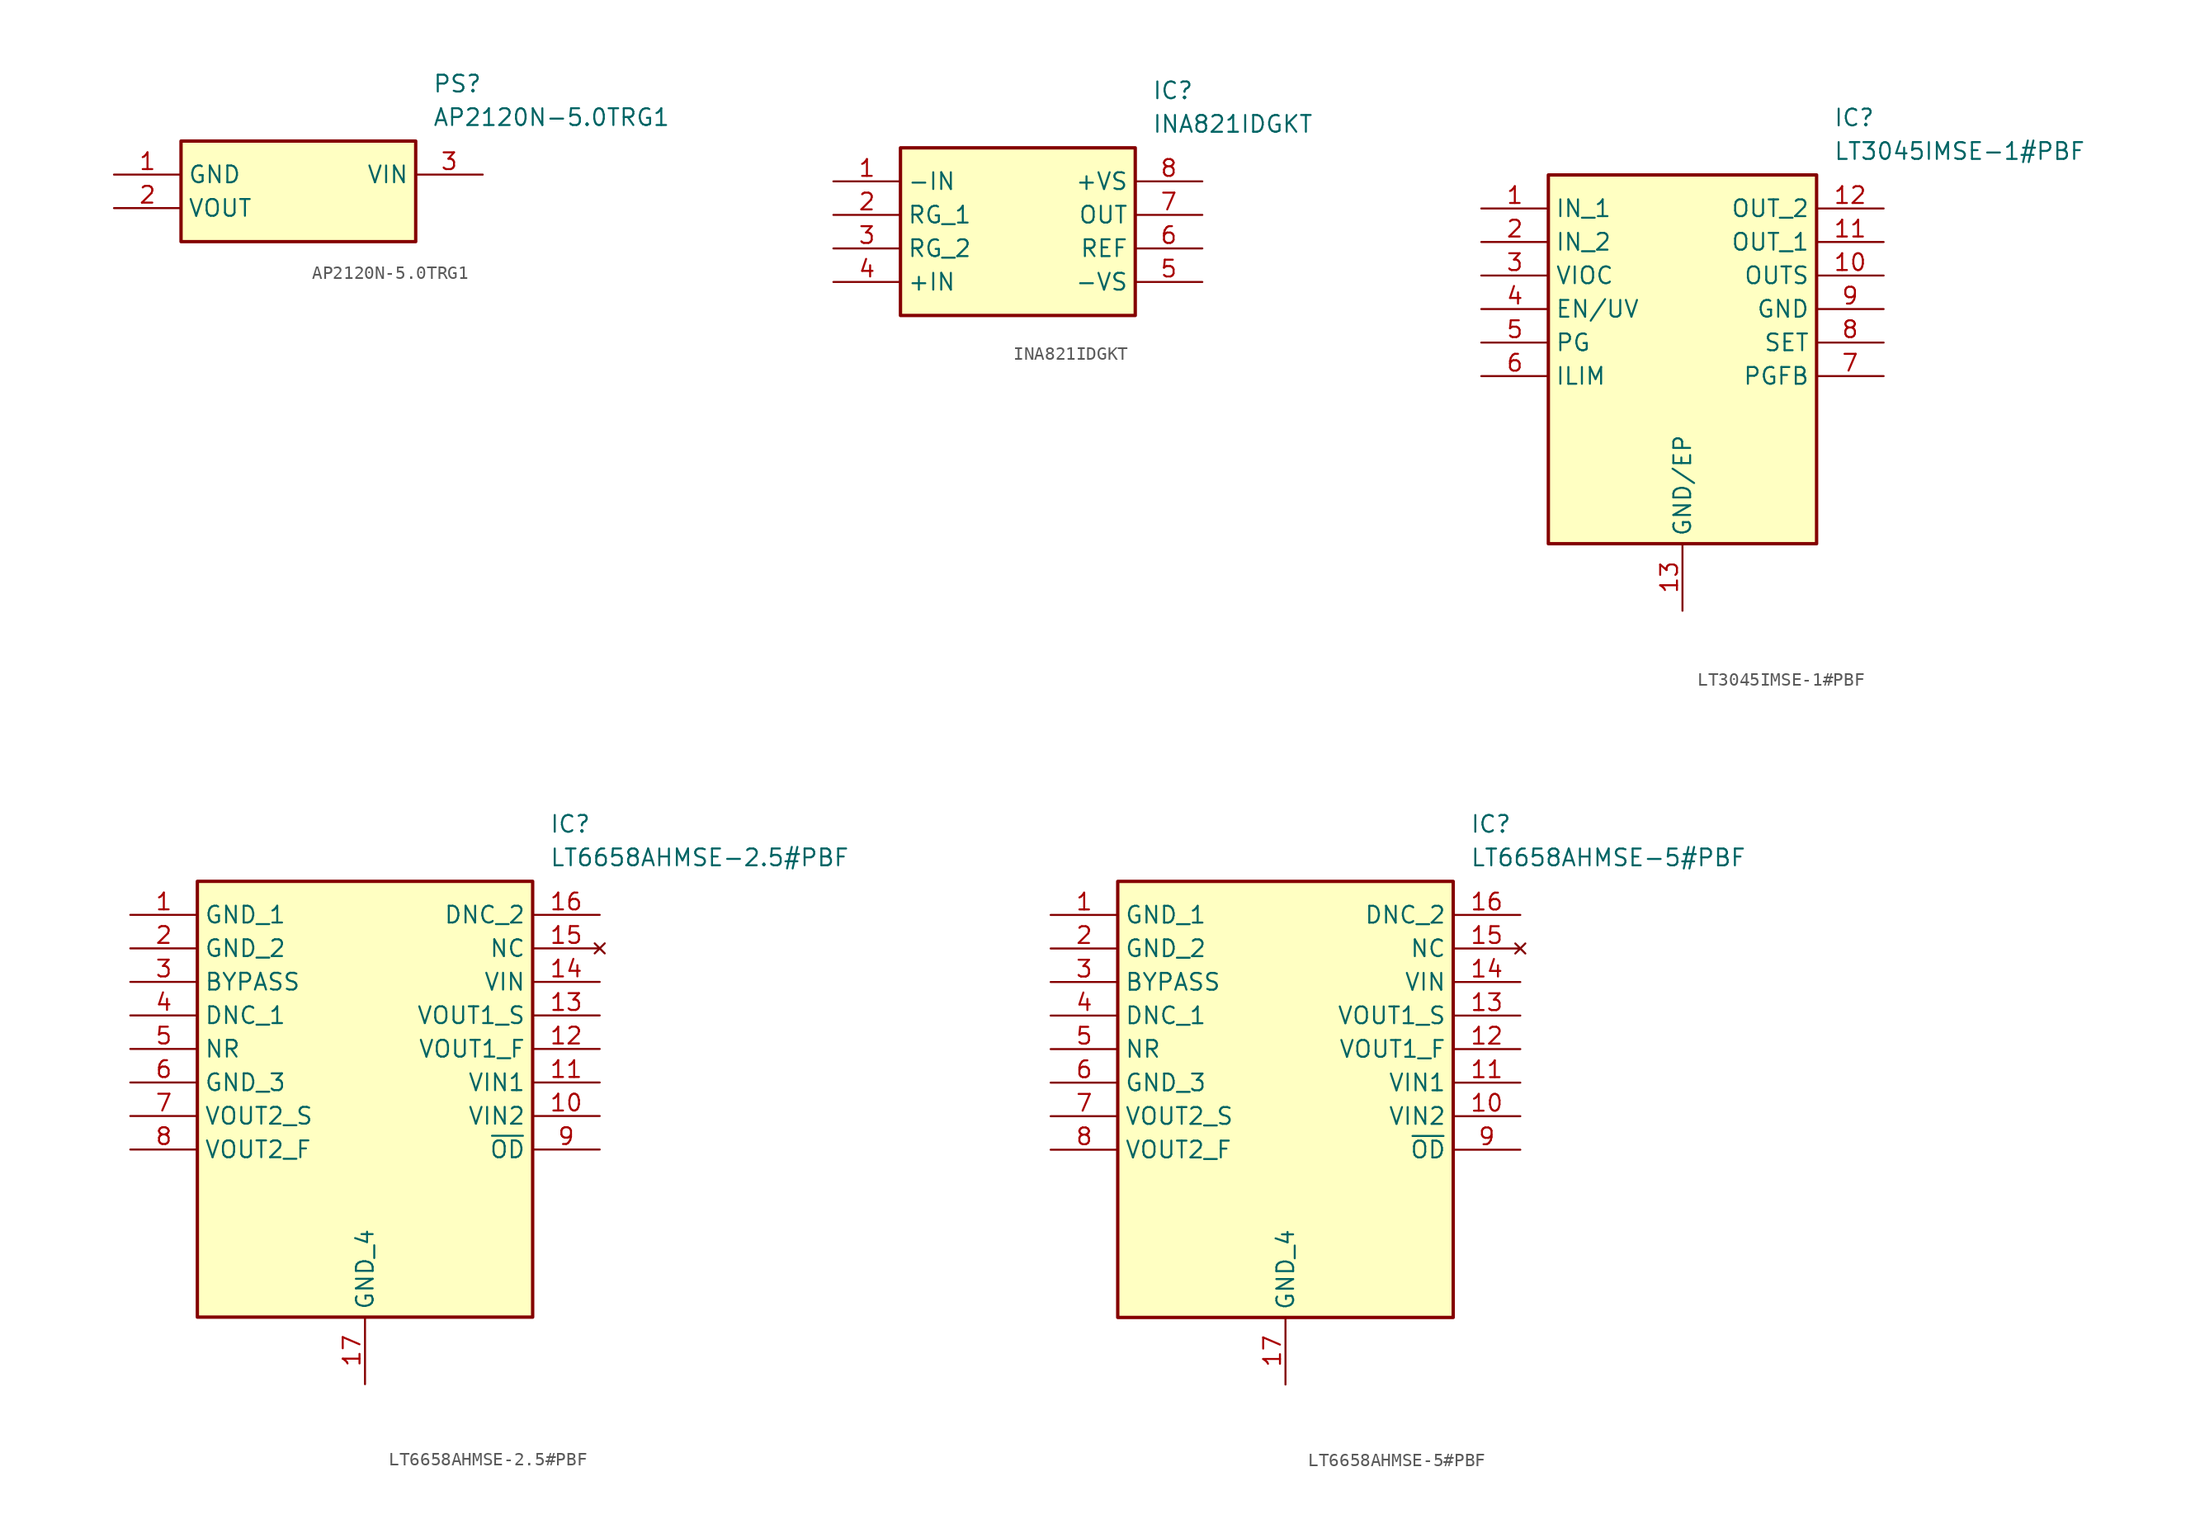
<source format=kicad_sym>
(kicad_symbol_lib
  (version 20220914)
  (generator kicad_symbol_editor)
  (symbol "AP2120N-5.0TRG1"
    (property "Reference" "PS"
      (at 24.13 7.62 0)
      (effects (font (size 1.27 1.27)) (justify left top)))
    (property "Value" "AP2120N-5.0TRG1"
      (at 24.13 5.08 0)
      (effects (font (size 1.27 1.27)) (justify left top)))
    (symbol "AP2120N-5.0TRG1_1_1"
      (rectangle (start 5.08 2.54) (end 22.86 -5.08) (stroke (width 0.254) (type default)) (fill (type background)))
      (pin passive line (at 0 0 0) (length 5.08) (name "GND" (effects (font (size 1.27 1.27)))) (number "1" (effects (font (size 1.27 1.27)))))
      (pin passive line (at 0 -2.54 0) (length 5.08) (name "VOUT" (effects (font (size 1.27 1.27)))) (number "2" (effects (font (size 1.27 1.27)))))
      (pin passive line (at 27.94 0 180) (length 5.08) (name "VIN" (effects (font (size 1.27 1.27)))) (number "3" (effects (font (size 1.27 1.27)))))))
  (symbol "INA821IDGKT"
    (property "Reference" "IC"
      (at 24.13 7.62 0)
      (effects (font (size 1.27 1.27)) (justify left top)))
    (property "Value" "INA821IDGKT"
      (at 24.13 5.08 0)
      (effects (font (size 1.27 1.27)) (justify left top)))
    (symbol "INA821IDGKT_1_1"
      (rectangle (start 5.08 2.54) (end 22.86 -10.16) (stroke (width 0.254) (type default)) (fill (type background)))
      (pin input line (at 0 0 0) (length 5.08) (name "-IN" (effects (font (size 1.27 1.27)))) (number "1" (effects (font (size 1.27 1.27)))))
      (pin passive line (at 0 -2.54 0) (length 5.08) (name "RG_1" (effects (font (size 1.27 1.27)))) (number "2" (effects (font (size 1.27 1.27)))))
      (pin passive line (at 0 -5.08 0) (length 5.08) (name "RG_2" (effects (font (size 1.27 1.27)))) (number "3" (effects (font (size 1.27 1.27)))))
      (pin input line (at 0 -7.62 0) (length 5.08) (name "+IN" (effects (font (size 1.27 1.27)))) (number "4" (effects (font (size 1.27 1.27)))))
      (pin power_in line (at 27.94 -7.62 180) (length 5.08) (name "-VS" (effects (font (size 1.27 1.27)))) (number "5" (effects (font (size 1.27 1.27)))))
      (pin passive line (at 27.94 -5.08 180) (length 5.08) (name "REF" (effects (font (size 1.27 1.27)))) (number "6" (effects (font (size 1.27 1.27)))))
      (pin output line (at 27.94 -2.54 180) (length 5.08) (name "OUT" (effects (font (size 1.27 1.27)))) (number "7" (effects (font (size 1.27 1.27)))))
      (pin power_in line (at 27.94 0 180) (length 5.08) (name "+VS" (effects (font (size 1.27 1.27)))) (number "8" (effects (font (size 1.27 1.27)))))))
  (symbol "LT3045IMSE-1#PBF"
    (property "Reference" "IC"
      (at 26.67 7.62 0)
      (effects (font (size 1.27 1.27)) (justify left top)))
    (property "Value" "LT3045IMSE-1#PBF"
      (at 26.67 5.08 0)
      (effects (font (size 1.27 1.27)) (justify left top)))
    (symbol "LT3045IMSE-1#PBF_1_1"
      (rectangle (start 5.08 2.54) (end 25.4 -25.4) (stroke (width 0.254) (type default)) (fill (type background)))
      (pin passive line (at 0 0 0) (length 5.08) (name "IN_1" (effects (font (size 1.27 1.27)))) (number "1" (effects (font (size 1.27 1.27)))))
      (pin passive line (at 30.48 -5.08 180) (length 5.08) (name "OUTS" (effects (font (size 1.27 1.27)))) (number "10" (effects (font (size 1.27 1.27)))))
      (pin passive line (at 30.48 -2.54 180) (length 5.08) (name "OUT_1" (effects (font (size 1.27 1.27)))) (number "11" (effects (font (size 1.27 1.27)))))
      (pin passive line (at 30.48 0 180) (length 5.08) (name "OUT_2" (effects (font (size 1.27 1.27)))) (number "12" (effects (font (size 1.27 1.27)))))
      (pin passive line (at 15.24 -30.48 90) (length 5.08) (name "GND/EP" (effects (font (size 1.27 1.27)))) (number "13" (effects (font (size 1.27 1.27)))))
      (pin passive line (at 0 -2.54 0) (length 5.08) (name "IN_2" (effects (font (size 1.27 1.27)))) (number "2" (effects (font (size 1.27 1.27)))))
      (pin passive line (at 0 -5.08 0) (length 5.08) (name "VIOC" (effects (font (size 1.27 1.27)))) (number "3" (effects (font (size 1.27 1.27)))))
      (pin passive line (at 0 -7.62 0) (length 5.08) (name "EN/UV" (effects (font (size 1.27 1.27)))) (number "4" (effects (font (size 1.27 1.27)))))
      (pin passive line (at 0 -10.16 0) (length 5.08) (name "PG" (effects (font (size 1.27 1.27)))) (number "5" (effects (font (size 1.27 1.27)))))
      (pin passive line (at 0 -12.7 0) (length 5.08) (name "ILIM" (effects (font (size 1.27 1.27)))) (number "6" (effects (font (size 1.27 1.27)))))
      (pin passive line (at 30.48 -12.7 180) (length 5.08) (name "PGFB" (effects (font (size 1.27 1.27)))) (number "7" (effects (font (size 1.27 1.27)))))
      (pin passive line (at 30.48 -10.16 180) (length 5.08) (name "SET" (effects (font (size 1.27 1.27)))) (number "8" (effects (font (size 1.27 1.27)))))
      (pin passive line (at 30.48 -7.62 180) (length 5.08) (name "GND" (effects (font (size 1.27 1.27)))) (number "9" (effects (font (size 1.27 1.27)))))))
  (symbol "LT6658AHMSE-2.5#PBF"
    (property "Reference" "IC"
      (at 31.75 7.62 0)
      (effects (font (size 1.27 1.27)) (justify left top)))
    (property "Value" "LT6658AHMSE-2.5#PBF"
      (at 31.75 5.08 0)
      (effects (font (size 1.27 1.27)) (justify left top)))
    (symbol "LT6658AHMSE-2.5#PBF_1_1"
      (rectangle (start 5.08 2.54) (end 30.48 -30.48) (stroke (width 0.254) (type default)) (fill (type background)))
      (pin passive line (at 0 0 0) (length 5.08) (name "GND_1" (effects (font (size 1.27 1.27)))) (number "1" (effects (font (size 1.27 1.27)))))
      (pin passive line (at 35.56 -15.24 180) (length 5.08) (name "VIN2" (effects (font (size 1.27 1.27)))) (number "10" (effects (font (size 1.27 1.27)))))
      (pin passive line (at 35.56 -12.7 180) (length 5.08) (name "VIN1" (effects (font (size 1.27 1.27)))) (number "11" (effects (font (size 1.27 1.27)))))
      (pin passive line (at 35.56 -10.16 180) (length 5.08) (name "VOUT1_F" (effects (font (size 1.27 1.27)))) (number "12" (effects (font (size 1.27 1.27)))))
      (pin passive line (at 35.56 -7.62 180) (length 5.08) (name "VOUT1_S" (effects (font (size 1.27 1.27)))) (number "13" (effects (font (size 1.27 1.27)))))
      (pin passive line (at 35.56 -5.08 180) (length 5.08) (name "VIN" (effects (font (size 1.27 1.27)))) (number "14" (effects (font (size 1.27 1.27)))))
      (pin no_connect line (at 35.56 -2.54 180) (length 5.08) (name "NC" (effects (font (size 1.27 1.27)))) (number "15" (effects (font (size 1.27 1.27)))))
      (pin passive line (at 35.56 0 180) (length 5.08) (name "DNC_2" (effects (font (size 1.27 1.27)))) (number "16" (effects (font (size 1.27 1.27)))))
      (pin passive line (at 17.78 -35.56 90) (length 5.08) (name "GND_4" (effects (font (size 1.27 1.27)))) (number "17" (effects (font (size 1.27 1.27)))))
      (pin passive line (at 0 -2.54 0) (length 5.08) (name "GND_2" (effects (font (size 1.27 1.27)))) (number "2" (effects (font (size 1.27 1.27)))))
      (pin passive line (at 0 -5.08 0) (length 5.08) (name "BYPASS" (effects (font (size 1.27 1.27)))) (number "3" (effects (font (size 1.27 1.27)))))
      (pin passive line (at 0 -7.62 0) (length 5.08) (name "DNC_1" (effects (font (size 1.27 1.27)))) (number "4" (effects (font (size 1.27 1.27)))))
      (pin passive line (at 0 -10.16 0) (length 5.08) (name "NR" (effects (font (size 1.27 1.27)))) (number "5" (effects (font (size 1.27 1.27)))))
      (pin passive line (at 0 -12.7 0) (length 5.08) (name "GND_3" (effects (font (size 1.27 1.27)))) (number "6" (effects (font (size 1.27 1.27)))))
      (pin passive line (at 0 -15.24 0) (length 5.08) (name "VOUT2_S" (effects (font (size 1.27 1.27)))) (number "7" (effects (font (size 1.27 1.27)))))
      (pin passive line (at 0 -17.78 0) (length 5.08) (name "VOUT2_F" (effects (font (size 1.27 1.27)))) (number "8" (effects (font (size 1.27 1.27)))))
      (pin passive line (at 35.56 -17.78 180) (length 5.08) (name "~{OD}" (effects (font (size 1.27 1.27)))) (number "9" (effects (font (size 1.27 1.27)))))))
  (symbol "LT6658AHMSE-5#PBF"
    (property "Reference" "IC"
      (at 31.75 7.62 0)
      (effects (font (size 1.27 1.27)) (justify left top)))
    (property "Value" "LT6658AHMSE-5#PBF"
      (at 31.75 5.08 0)
      (effects (font (size 1.27 1.27)) (justify left top)))
    (symbol "LT6658AHMSE-5#PBF_1_1"
      (rectangle (start 5.08 2.54) (end 30.48 -30.48) (stroke (width 0.254) (type default)) (fill (type background)))
      (pin passive line (at 0 0 0) (length 5.08) (name "GND_1" (effects (font (size 1.27 1.27)))) (number "1" (effects (font (size 1.27 1.27)))))
      (pin passive line (at 35.56 -15.24 180) (length 5.08) (name "VIN2" (effects (font (size 1.27 1.27)))) (number "10" (effects (font (size 1.27 1.27)))))
      (pin passive line (at 35.56 -12.7 180) (length 5.08) (name "VIN1" (effects (font (size 1.27 1.27)))) (number "11" (effects (font (size 1.27 1.27)))))
      (pin passive line (at 35.56 -10.16 180) (length 5.08) (name "VOUT1_F" (effects (font (size 1.27 1.27)))) (number "12" (effects (font (size 1.27 1.27)))))
      (pin passive line (at 35.56 -7.62 180) (length 5.08) (name "VOUT1_S" (effects (font (size 1.27 1.27)))) (number "13" (effects (font (size 1.27 1.27)))))
      (pin passive line (at 35.56 -5.08 180) (length 5.08) (name "VIN" (effects (font (size 1.27 1.27)))) (number "14" (effects (font (size 1.27 1.27)))))
      (pin no_connect line (at 35.56 -2.54 180) (length 5.08) (name "NC" (effects (font (size 1.27 1.27)))) (number "15" (effects (font (size 1.27 1.27)))))
      (pin passive line (at 35.56 0 180) (length 5.08) (name "DNC_2" (effects (font (size 1.27 1.27)))) (number "16" (effects (font (size 1.27 1.27)))))
      (pin passive line (at 17.78 -35.56 90) (length 5.08) (name "GND_4" (effects (font (size 1.27 1.27)))) (number "17" (effects (font (size 1.27 1.27)))))
      (pin passive line (at 0 -2.54 0) (length 5.08) (name "GND_2" (effects (font (size 1.27 1.27)))) (number "2" (effects (font (size 1.27 1.27)))))
      (pin passive line (at 0 -5.08 0) (length 5.08) (name "BYPASS" (effects (font (size 1.27 1.27)))) (number "3" (effects (font (size 1.27 1.27)))))
      (pin passive line (at 0 -7.62 0) (length 5.08) (name "DNC_1" (effects (font (size 1.27 1.27)))) (number "4" (effects (font (size 1.27 1.27)))))
      (pin passive line (at 0 -10.16 0) (length 5.08) (name "NR" (effects (font (size 1.27 1.27)))) (number "5" (effects (font (size 1.27 1.27)))))
      (pin passive line (at 0 -12.7 0) (length 5.08) (name "GND_3" (effects (font (size 1.27 1.27)))) (number "6" (effects (font (size 1.27 1.27)))))
      (pin passive line (at 0 -15.24 0) (length 5.08) (name "VOUT2_S" (effects (font (size 1.27 1.27)))) (number "7" (effects (font (size 1.27 1.27)))))
      (pin passive line (at 0 -17.78 0) (length 5.08) (name "VOUT2_F" (effects (font (size 1.27 1.27)))) (number "8" (effects (font (size 1.27 1.27)))))
      (pin passive line (at 35.56 -17.78 180) (length 5.08) (name "~{OD}" (effects (font (size 1.27 1.27)))) (number "9" (effects (font (size 1.27 1.27))))))))
</source>
